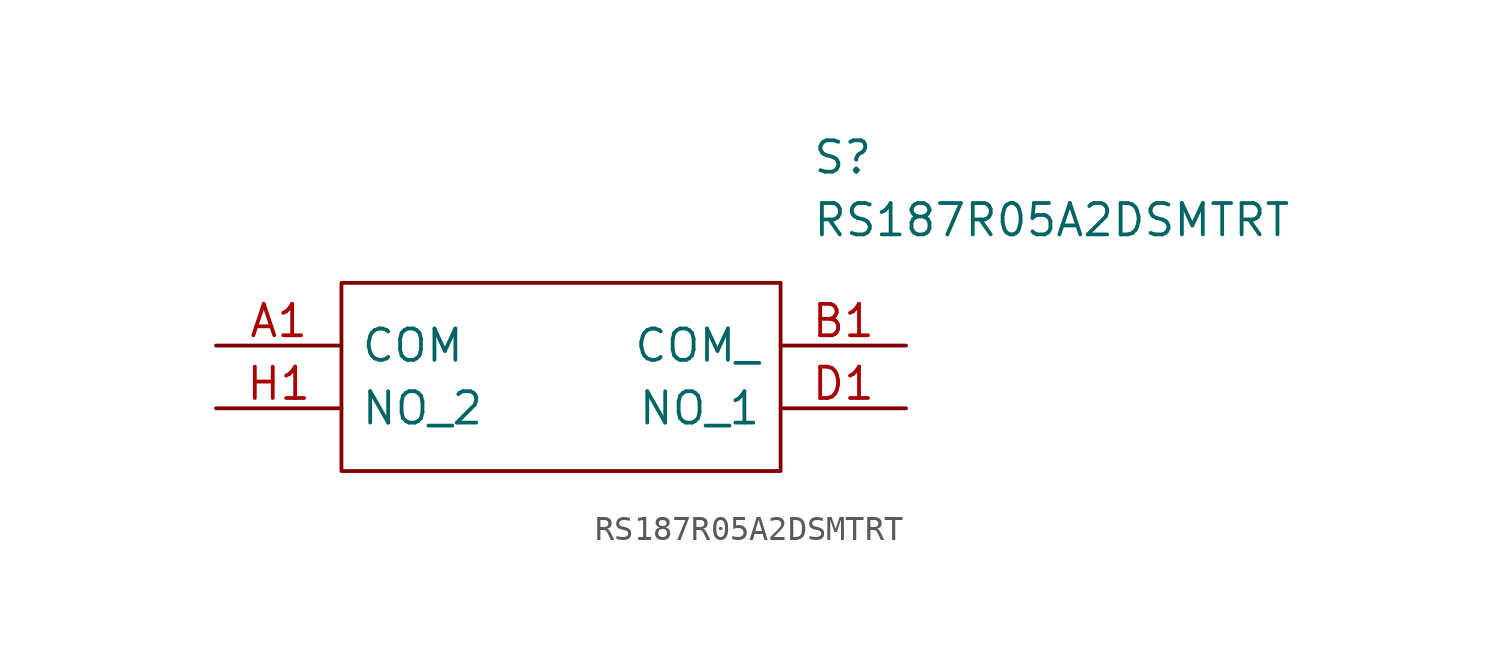
<source format=kicad_sym>
(kicad_symbol_lib
  (version 20211014)
  (generator kicad_symbol_editor)
  (symbol "RS187R05A2DSMTRT"
    (pin_names
      (offset 0.762))
    (property "Reference" "S"
      (at 24.13 7.62 0)
      (effects (font (size 1.27 1.27)) (justify left)))
    (property "Value" "RS187R05A2DSMTRT"
      (at 24.13 5.08 0)
      (effects (font (size 1.27 1.27)) (justify left)))
    (symbol "RS187R05A2DSMTRT_0_0"
      (pin passive line (at 0 0 0) (length 5.08) (name "COM" (effects (font (size 1.27 1.27)))) (number "A1" (effects (font (size 1.27 1.27)))))
      (pin passive line (at 27.94 0 180) (length 5.08) (name "COM_" (effects (font (size 1.27 1.27)))) (number "B1" (effects (font (size 1.27 1.27)))))
      (pin passive line (at 27.94 -2.54 180) (length 5.08) (name "NO_1" (effects (font (size 1.27 1.27)))) (number "D1" (effects (font (size 1.27 1.27)))))
      (pin passive line (at 0 -2.54 0) (length 5.08) (name "NO_2" (effects (font (size 1.27 1.27)))) (number "H1" (effects (font (size 1.27 1.27))))))
    (symbol "RS187R05A2DSMTRT_0_1"
      (polyline (pts (xy 5.08 2.54) (xy 22.86 2.54) (xy 22.86 -5.08) (xy 5.08 -5.08) (xy 5.08 2.54)) (stroke (width 0.152) (type default) (color 0 0 0 0)) (fill (type none))))))
</source>
